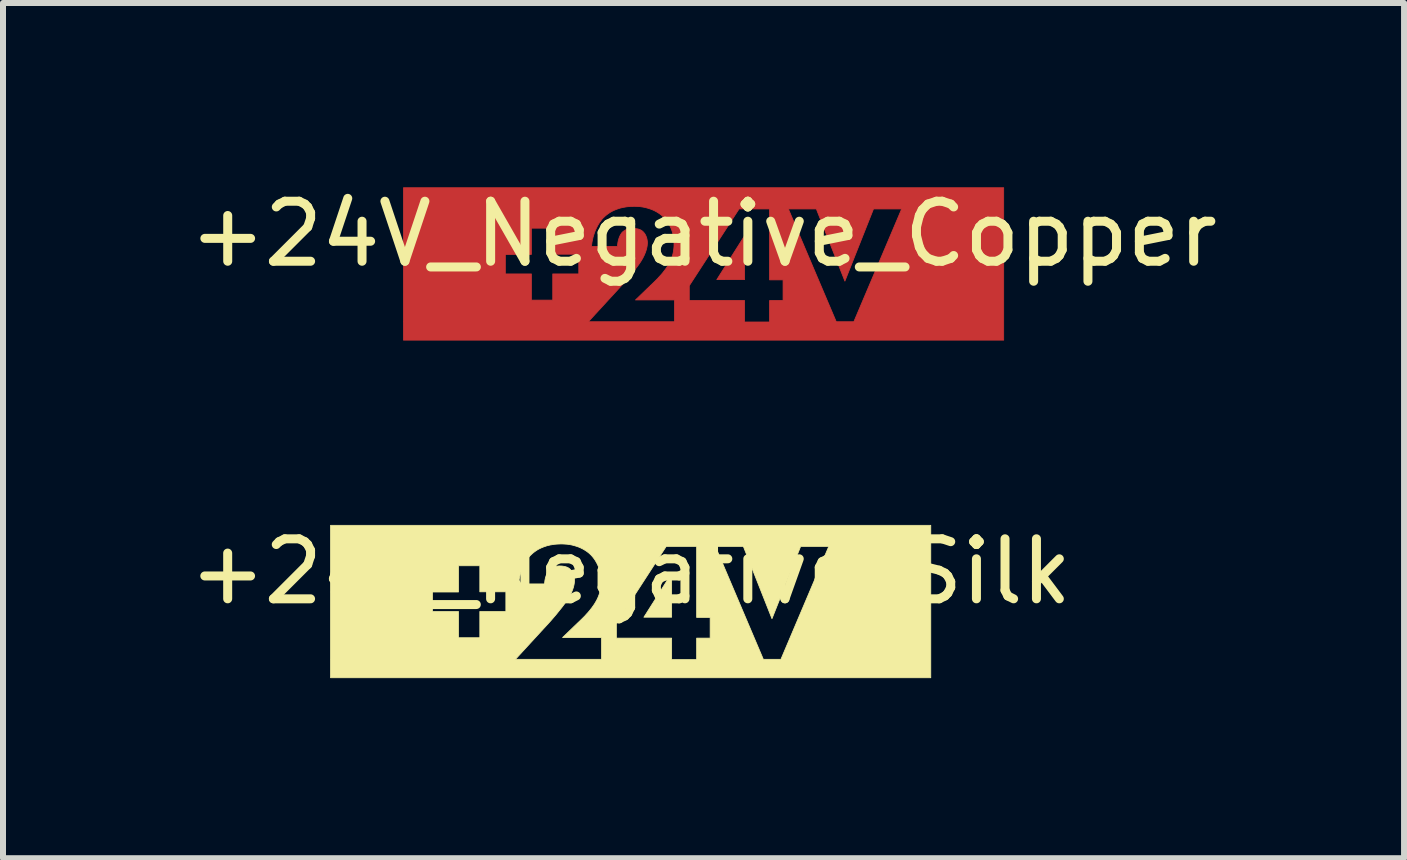
<source format=kicad_pcb>
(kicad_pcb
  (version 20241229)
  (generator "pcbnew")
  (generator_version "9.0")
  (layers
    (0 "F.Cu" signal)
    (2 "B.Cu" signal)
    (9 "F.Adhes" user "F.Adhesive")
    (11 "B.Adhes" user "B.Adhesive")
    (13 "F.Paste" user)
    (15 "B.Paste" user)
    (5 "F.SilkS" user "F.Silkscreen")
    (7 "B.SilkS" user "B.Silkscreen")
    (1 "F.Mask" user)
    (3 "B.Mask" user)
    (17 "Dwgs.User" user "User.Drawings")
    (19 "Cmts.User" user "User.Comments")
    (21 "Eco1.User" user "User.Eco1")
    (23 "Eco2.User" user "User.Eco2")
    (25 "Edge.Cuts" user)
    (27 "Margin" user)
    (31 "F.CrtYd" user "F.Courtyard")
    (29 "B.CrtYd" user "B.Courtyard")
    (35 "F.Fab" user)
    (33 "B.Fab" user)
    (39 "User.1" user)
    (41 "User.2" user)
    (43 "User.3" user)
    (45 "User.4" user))
  (footprint "+24V_Negative_Copper"
    (layer "F.Cu")
    (at 8.673 1.348)
    (property "Reference" "+24V_Negative_Copper" (at 0 -0.5 0) (unlocked yes) (layer "F.SilkS") (effects (font (size 1 1) (thickness 0.15))))
    (fp_poly (pts (xy 0.683 0.261) (xy 0.221 0.261) (xy 0.683 -0.469)) (stroke (width 0.013) (type solid)) (fill yes) (layer "F.Cu"))
    (fp_poly (pts (xy 5.001 1.27) (xy -5 1.27) (xy -5 0.967) (xy -0.484 0.967) (xy -0.481 0.963) (xy -0.484 0.963) (xy -0.484 0.967) (xy -5 0.967) (xy -5 0.963) (xy -1.92 0.963) (xy -0.484 0.963) (xy -0.484 0.61) (xy -0.238 0.61) (xy 0.683 0.61) (xy 0.683 0.967) (xy 1.1 0.967) (xy 1.1 0.61) (xy 1.325 0.61) (xy 1.325 0.265) (xy 1.1 0.265) (xy 1.1 -0.917) (xy 1.413 -0.917) (xy 2.211 0.963) (xy 2.504 0.963) (xy 3.301 -0.917) (xy 2.832 -0.917) (xy 2.355 0.286) (xy 1.879 -0.917) (xy 1.413 -0.917) (xy 1.1 -0.917) (xy 0.592 -0.917) (xy -0.238 0.363) (xy -0.238 0.61) (xy -0.484 0.61) (xy -0.484 0.6) (xy -1.134 0.6) (xy -0.936 0.409) (xy -0.891 0.366) (xy -0.848 0.325) (xy -0.807 0.285) (xy -0.768 0.246) (xy -0.732 0.206) (xy -0.714 0.187) (xy -0.697 0.167) (xy -0.68 0.147) (xy -0.664 0.126) (xy -0.648 0.106) (xy -0.633 0.085) (xy -0.616 0.061) (xy -0.6 0.037) (xy -0.586 0.013) (xy -0.572 -0.011) (xy -0.559 -0.035) (xy -0.548 -0.059) (xy -0.537 -0.084) (xy -0.528 -0.109) (xy -0.519 -0.134) (xy -0.512 -0.161) (xy -0.506 -0.187) (xy -0.501 -0.214) (xy -0.497 -0.243) (xy -0.494 -0.271) (xy -0.492 -0.301) (xy -0.492 -0.332) (xy -0.492 -0.368) (xy -0.495 -0.403) (xy -0.499 -0.437) (xy -0.505 -0.47) (xy -0.512 -0.502) (xy -0.52 -0.533) (xy -0.53 -0.563) (xy -0.541 -0.592) (xy -0.554 -0.62) (xy -0.567 -0.646) (xy -0.582 -0.672) (xy -0.597 -0.697) (xy -0.614 -0.72) (xy -0.631 -0.742) (xy -0.649 -0.763) (xy -0.668 -0.783) (xy -0.697 -0.809) (xy -0.715 -0.823) (xy -0.735 -0.838) (xy -0.757 -0.852) (xy -0.781 -0.867) (xy -0.807 -0.881) (xy -0.836 -0.895) (xy -0.867 -0.908) (xy -0.901 -0.92) (xy -0.937 -0.931) (xy -0.975 -0.941) (xy -1.016 -0.949) (xy -1.06 -0.955) (xy -1.106 -0.958) (xy -1.155 -0.96) (xy -1.18 -0.959) (xy -1.204 -0.958) (xy -1.227 -0.957) (xy -1.25 -0.955) (xy -1.273 -0.953) (xy -1.294 -0.95) (xy -1.315 -0.946) (xy -1.336 -0.943) (xy -1.356 -0.938) (xy -1.375 -0.934) (xy -1.394 -0.929) (xy -1.412 -0.923) (xy -1.447 -0.911) (xy -1.48 -0.898) (xy -1.511 -0.884) (xy -1.54 -0.869) (xy -1.566 -0.853) (xy -1.591 -0.836) (xy -1.614 -0.819) (xy -1.636 -0.801) (xy -1.655 -0.783) (xy -1.673 -0.766) (xy -1.695 -0.742) (xy -1.714 -0.716) (xy -1.733 -0.69) (xy -1.751 -0.662) (xy -1.767 -0.634) (xy -1.782 -0.604) (xy -1.796 -0.574) (xy -1.809 -0.544) (xy -1.82 -0.513) (xy -1.83 -0.481) (xy -1.84 -0.449) (xy -1.847 -0.418) (xy -1.854 -0.386) (xy -1.86 -0.355) (xy -1.864 -0.324) (xy -1.867 -0.293) (xy -1.433 -0.293) (xy -1.433 -0.307) (xy -1.432 -0.322) (xy -1.43 -0.337) (xy -1.428 -0.353) (xy -1.425 -0.368) (xy -1.422 -0.384) (xy -1.418 -0.4) (xy -1.413 -0.416) (xy -1.408 -0.431) (xy -1.402 -0.447) (xy -1.396 -0.462) (xy -1.389 -0.476) (xy -1.381 -0.49) (xy -1.373 -0.502) (xy -1.365 -0.515) (xy -1.356 -0.526) (xy -1.348 -0.533) (xy -1.341 -0.54) (xy -1.332 -0.546) (xy -1.324 -0.552) (xy -1.315 -0.558) (xy -1.305 -0.564) (xy -1.296 -0.569) (xy -1.285 -0.574) (xy -1.274 -0.578) (xy -1.263 -0.582) (xy -1.251 -0.585) (xy -1.239 -0.588) (xy -1.226 -0.59) (xy -1.212 -0.591) (xy -1.198 -0.592) (xy -1.183 -0.593) (xy -1.169 -0.592) (xy -1.156 -0.592) (xy -1.143 -0.591) (xy -1.13 -0.589) (xy -1.117 -0.587) (xy -1.105 -0.585) (xy -1.093 -0.583) (xy -1.082 -0.579) (xy -1.071 -0.576) (xy -1.061 -0.572) (xy -1.051 -0.568) (xy -1.042 -0.563) (xy -1.033 -0.558) (xy -1.025 -0.552) (xy -1.017 -0.546) (xy -1.01 -0.54) (xy -1.002 -0.531) (xy -0.994 -0.522) (xy -0.986 -0.513) (xy -0.979 -0.503) (xy -0.973 -0.492) (xy -0.966 -0.481) (xy -0.961 -0.469) (xy -0.956 -0.457) (xy -0.951 -0.444) (xy -0.947 -0.432) (xy -0.944 -0.419) (xy -0.941 -0.406) (xy -0.939 -0.393) (xy -0.937 -0.379) (xy -0.936 -0.366) (xy -0.936 -0.353) (xy -0.936 -0.341) (xy -0.937 -0.329) (xy -0.939 -0.305) (xy -0.943 -0.282) (xy -0.948 -0.259) (xy -0.954 -0.236) (xy -0.961 -0.214) (xy -0.968 -0.193) (xy -0.977 -0.172) (xy -0.985 -0.151) (xy -0.995 -0.132) (xy -1.004 -0.113) (xy -1.013 -0.095) (xy -1.032 -0.063) (xy -1.049 -0.035) (xy -1.075 0.003) (xy -1.108 0.048) (xy -1.146 0.098) (xy -1.188 0.15) (xy -1.231 0.204) (xy -1.275 0.256) (xy -1.317 0.305) (xy -1.356 0.349) (xy -1.92 0.963) (xy -5 0.963) (xy -5 0.166) (xy -3.303 0.166) (xy -2.869 0.166) (xy -2.869 0.603) (xy -2.513 0.603) (xy -2.513 0.166) (xy -2.079 0.166) (xy -2.079 -0.162) (xy -2.513 -0.162) (xy -2.513 -0.596) (xy -2.869 -0.596) (xy -2.869 -0.159) (xy -3.303 -0.159) (xy -3.303 0.166) (xy -5 0.166) (xy -5 -0.159) (xy -3.303 -0.159) (xy -3.303 -0.162) (xy -3.303 -0.159) (xy -5 -0.159) (xy -5 -1.27) (xy 5.001 -1.27)) (stroke (width 0.013) (type solid)) (fill yes) (layer "F.Cu")))
  (footprint "+24V_Negative_Silk"
    (layer "F.Cu")
    (at 7.458 6.973)
    (property "Reference" "+24V_Negative_Silk" (at 0 -0.5 0) (unlocked yes) (layer "F.SilkS") (effects (font (size 1 1) (thickness 0.15))))
    (fp_poly (pts (xy 0.683 0.261) (xy 0.221 0.261) (xy 0.683 -0.469)) (stroke (width 0.013) (type solid)) (fill yes) (layer "F.SilkS"))
    (fp_poly (pts (xy 5.001 1.27) (xy -5 1.27) (xy -5 0.967) (xy -0.484 0.967) (xy -0.481 0.963) (xy -0.484 0.963) (xy -0.484 0.967) (xy -5 0.967) (xy -5 0.963) (xy -1.92 0.963) (xy -0.484 0.963) (xy -0.484 0.61) (xy -0.238 0.61) (xy 0.683 0.61) (xy 0.683 0.967) (xy 1.1 0.967) (xy 1.1 0.61) (xy 1.325 0.61) (xy 1.325 0.265) (xy 1.1 0.265) (xy 1.1 -0.917) (xy 1.413 -0.917) (xy 2.211 0.963) (xy 2.504 0.963) (xy 3.301 -0.917) (xy 2.832 -0.917) (xy 2.355 0.286) (xy 1.879 -0.917) (xy 1.413 -0.917) (xy 1.1 -0.917) (xy 0.592 -0.917) (xy -0.238 0.363) (xy -0.238 0.61) (xy -0.484 0.61) (xy -0.484 0.6) (xy -1.134 0.6) (xy -0.936 0.409) (xy -0.891 0.366) (xy -0.848 0.325) (xy -0.807 0.285) (xy -0.768 0.246) (xy -0.732 0.206) (xy -0.714 0.187) (xy -0.697 0.167) (xy -0.68 0.147) (xy -0.664 0.126) (xy -0.648 0.106) (xy -0.633 0.085) (xy -0.616 0.061) (xy -0.6 0.037) (xy -0.586 0.013) (xy -0.572 -0.011) (xy -0.559 -0.035) (xy -0.548 -0.059) (xy -0.537 -0.084) (xy -0.528 -0.109) (xy -0.519 -0.134) (xy -0.512 -0.161) (xy -0.506 -0.187) (xy -0.501 -0.214) (xy -0.497 -0.243) (xy -0.494 -0.271) (xy -0.492 -0.301) (xy -0.492 -0.332) (xy -0.492 -0.368) (xy -0.495 -0.403) (xy -0.499 -0.437) (xy -0.505 -0.47) (xy -0.512 -0.502) (xy -0.52 -0.533) (xy -0.53 -0.563) (xy -0.541 -0.592) (xy -0.554 -0.62) (xy -0.567 -0.646) (xy -0.582 -0.672) (xy -0.597 -0.697) (xy -0.614 -0.72) (xy -0.631 -0.742) (xy -0.649 -0.763) (xy -0.668 -0.783) (xy -0.697 -0.809) (xy -0.715 -0.823) (xy -0.735 -0.838) (xy -0.757 -0.852) (xy -0.781 -0.867) (xy -0.807 -0.881) (xy -0.836 -0.895) (xy -0.867 -0.908) (xy -0.901 -0.92) (xy -0.937 -0.931) (xy -0.975 -0.941) (xy -1.016 -0.949) (xy -1.06 -0.955) (xy -1.106 -0.958) (xy -1.155 -0.96) (xy -1.18 -0.959) (xy -1.204 -0.958) (xy -1.227 -0.957) (xy -1.25 -0.955) (xy -1.273 -0.953) (xy -1.294 -0.95) (xy -1.315 -0.946) (xy -1.336 -0.943) (xy -1.356 -0.938) (xy -1.375 -0.934) (xy -1.394 -0.929) (xy -1.412 -0.923) (xy -1.447 -0.911) (xy -1.48 -0.898) (xy -1.511 -0.884) (xy -1.54 -0.869) (xy -1.566 -0.853) (xy -1.591 -0.836) (xy -1.614 -0.819) (xy -1.636 -0.801) (xy -1.655 -0.783) (xy -1.673 -0.766) (xy -1.695 -0.742) (xy -1.714 -0.716) (xy -1.733 -0.69) (xy -1.751 -0.662) (xy -1.767 -0.634) (xy -1.782 -0.604) (xy -1.796 -0.574) (xy -1.809 -0.544) (xy -1.82 -0.513) (xy -1.83 -0.481) (xy -1.84 -0.449) (xy -1.847 -0.418) (xy -1.854 -0.386) (xy -1.86 -0.355) (xy -1.864 -0.324) (xy -1.867 -0.293) (xy -1.433 -0.293) (xy -1.433 -0.307) (xy -1.432 -0.322) (xy -1.43 -0.337) (xy -1.428 -0.353) (xy -1.425 -0.368) (xy -1.422 -0.384) (xy -1.418 -0.4) (xy -1.413 -0.416) (xy -1.408 -0.431) (xy -1.402 -0.447) (xy -1.396 -0.462) (xy -1.389 -0.476) (xy -1.381 -0.49) (xy -1.373 -0.502) (xy -1.365 -0.515) (xy -1.356 -0.526) (xy -1.348 -0.533) (xy -1.341 -0.54) (xy -1.332 -0.546) (xy -1.324 -0.552) (xy -1.315 -0.558) (xy -1.305 -0.564) (xy -1.296 -0.569) (xy -1.285 -0.574) (xy -1.274 -0.578) (xy -1.263 -0.582) (xy -1.251 -0.585) (xy -1.239 -0.588) (xy -1.226 -0.59) (xy -1.212 -0.591) (xy -1.198 -0.592) (xy -1.183 -0.593) (xy -1.169 -0.592) (xy -1.156 -0.592) (xy -1.143 -0.591) (xy -1.13 -0.589) (xy -1.117 -0.587) (xy -1.105 -0.585) (xy -1.093 -0.583) (xy -1.082 -0.579) (xy -1.071 -0.576) (xy -1.061 -0.572) (xy -1.051 -0.568) (xy -1.042 -0.563) (xy -1.033 -0.558) (xy -1.025 -0.552) (xy -1.017 -0.546) (xy -1.01 -0.54) (xy -1.002 -0.531) (xy -0.994 -0.522) (xy -0.986 -0.513) (xy -0.979 -0.503) (xy -0.973 -0.492) (xy -0.966 -0.481) (xy -0.961 -0.469) (xy -0.956 -0.457) (xy -0.951 -0.444) (xy -0.947 -0.432) (xy -0.944 -0.419) (xy -0.941 -0.406) (xy -0.939 -0.393) (xy -0.937 -0.379) (xy -0.936 -0.366) (xy -0.936 -0.353) (xy -0.936 -0.341) (xy -0.937 -0.329) (xy -0.939 -0.305) (xy -0.943 -0.282) (xy -0.948 -0.259) (xy -0.954 -0.236) (xy -0.961 -0.214) (xy -0.968 -0.193) (xy -0.977 -0.172) (xy -0.985 -0.151) (xy -0.995 -0.132) (xy -1.004 -0.113) (xy -1.013 -0.095) (xy -1.032 -0.063) (xy -1.049 -0.035) (xy -1.075 0.003) (xy -1.108 0.048) (xy -1.146 0.098) (xy -1.188 0.15) (xy -1.231 0.204) (xy -1.275 0.256) (xy -1.317 0.305) (xy -1.356 0.349) (xy -1.92 0.963) (xy -5 0.963) (xy -5 0.166) (xy -3.303 0.166) (xy -2.869 0.166) (xy -2.869 0.603) (xy -2.513 0.603) (xy -2.513 0.166) (xy -2.079 0.166) (xy -2.079 -0.162) (xy -2.513 -0.162) (xy -2.513 -0.596) (xy -2.869 -0.596) (xy -2.869 -0.159) (xy -3.303 -0.159) (xy -3.303 0.166) (xy -5 0.166) (xy -5 -0.159) (xy -3.303 -0.159) (xy -3.303 -0.162) (xy -3.303 -0.159) (xy -5 -0.159) (xy -5 -1.27) (xy 5.001 -1.27)) (stroke (width 0.013) (type solid)) (fill yes) (layer "F.SilkS")))
  (gr_rect
    (start -3 -3)
    (end 20.345 11.25)
    (stroke (width 0.1) (type default))
    (fill no)
    (layer "Edge.Cuts")))
</source>
